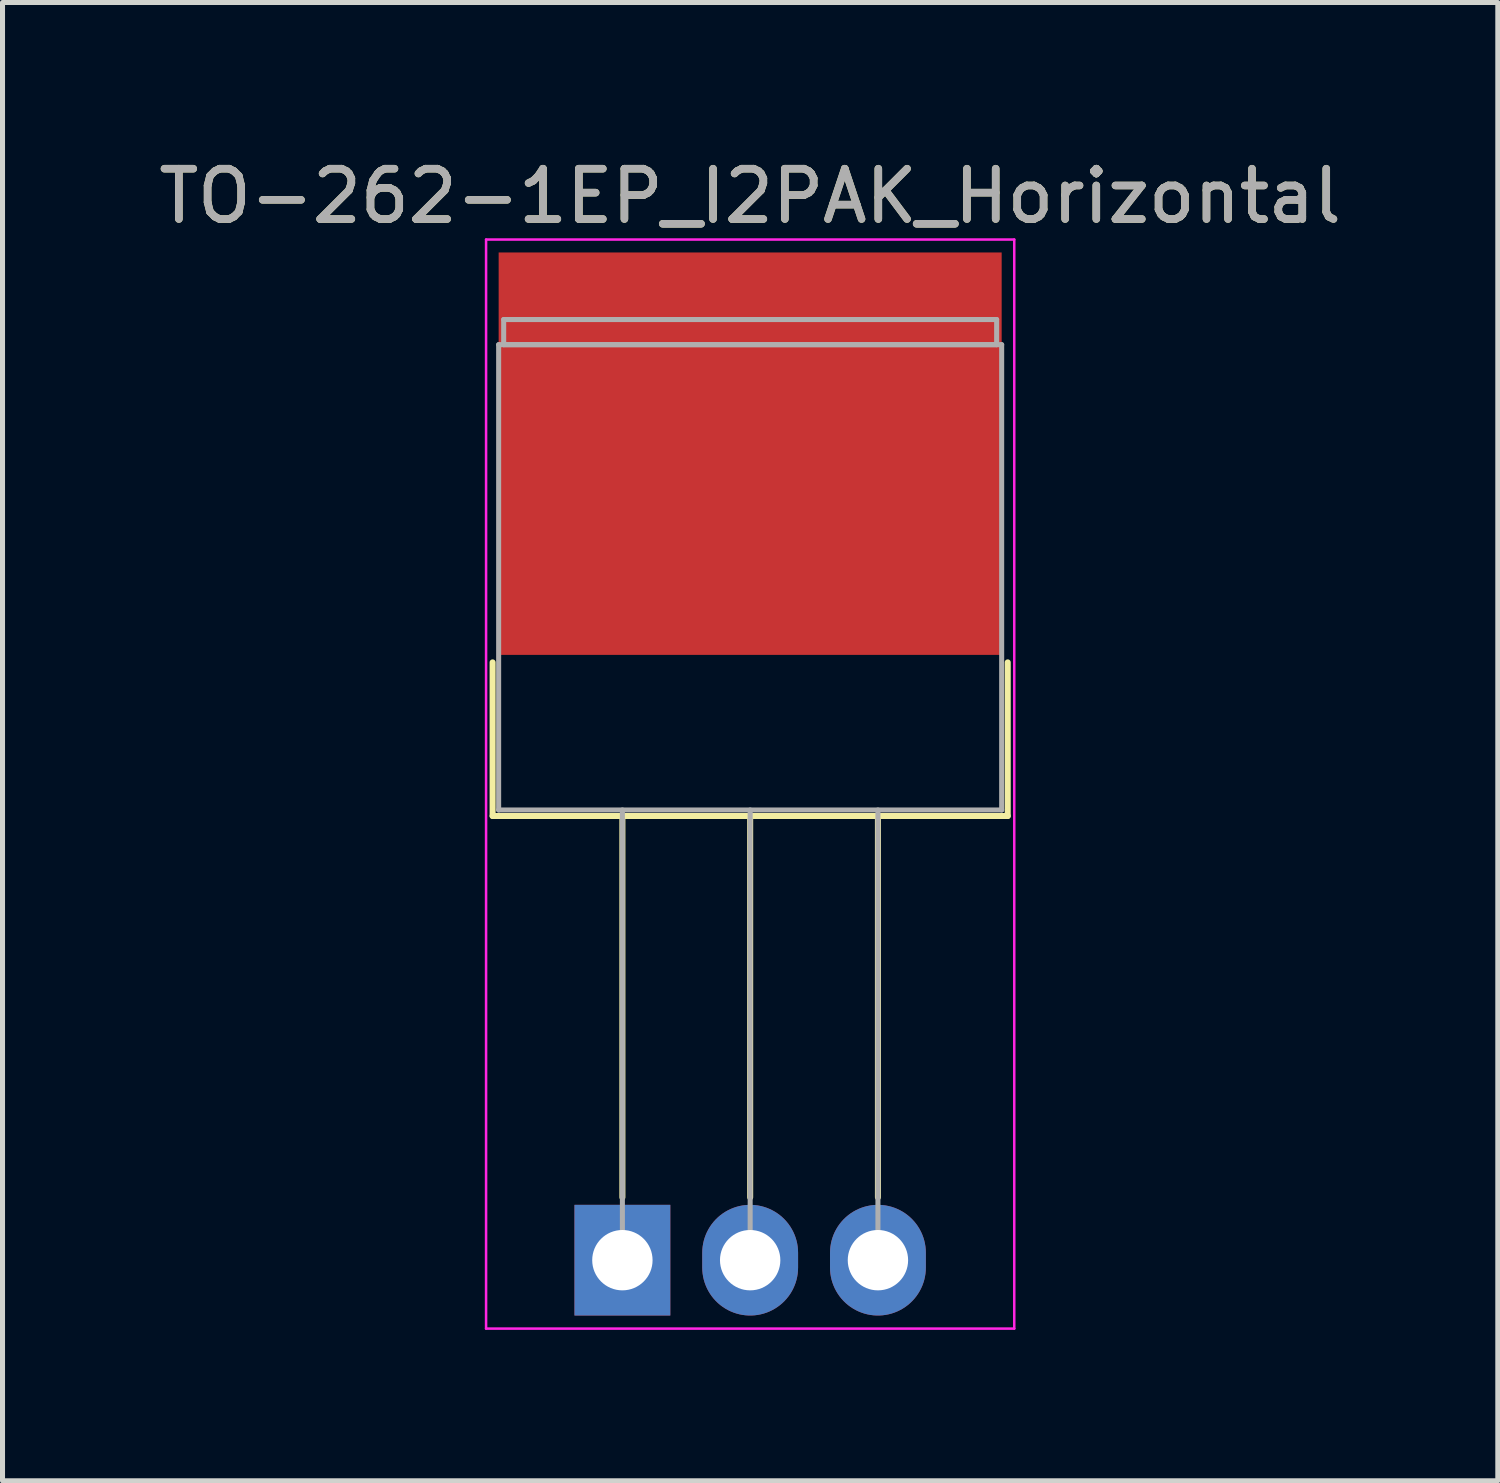
<source format=kicad_pcb>
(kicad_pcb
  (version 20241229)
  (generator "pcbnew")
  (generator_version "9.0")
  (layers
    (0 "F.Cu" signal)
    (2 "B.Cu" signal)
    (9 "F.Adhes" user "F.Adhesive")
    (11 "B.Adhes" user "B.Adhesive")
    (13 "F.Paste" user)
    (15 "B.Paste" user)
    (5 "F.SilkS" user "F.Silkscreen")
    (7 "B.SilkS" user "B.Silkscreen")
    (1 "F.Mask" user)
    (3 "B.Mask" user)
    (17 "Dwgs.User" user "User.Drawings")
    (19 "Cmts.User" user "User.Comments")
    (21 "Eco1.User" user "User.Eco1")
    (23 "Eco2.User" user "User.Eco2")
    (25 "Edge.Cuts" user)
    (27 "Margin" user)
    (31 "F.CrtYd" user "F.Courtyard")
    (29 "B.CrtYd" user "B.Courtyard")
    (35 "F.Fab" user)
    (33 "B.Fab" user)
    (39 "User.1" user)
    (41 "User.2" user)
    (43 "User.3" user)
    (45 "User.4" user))
  (footprint "TO-262-1EP_I2PAK_Horizontal"
    (layer "F.Cu")
    (at 9.323 22.002)
    (property "Reference" "TO-262-1EP_I2PAK_Horizontal" (at 2.54 -21.153 0) (layer "F.SilkS") (effects (font (size 1 1) (thickness 0.15))))
    (attr through_hole)
    (fp_line (start -2.58 -11.884) (end -2.58 -8.83) (stroke (width 0.12) (type solid)) (layer "F.SilkS"))
    (fp_line (start -2.58 -8.83) (end 7.66 -8.83) (stroke (width 0.12) (type solid)) (layer "F.SilkS"))
    (fp_line (start 0 -8.83) (end 0 -1.25) (stroke (width 0.12) (type solid)) (layer "F.SilkS"))
    (fp_line (start 2.54 -8.83) (end 2.54 -1.25) (stroke (width 0.12) (type solid)) (layer "F.SilkS"))
    (fp_line (start 5.08 -8.83) (end 5.08 -1.25) (stroke (width 0.12) (type solid)) (layer "F.SilkS"))
    (fp_line (start 7.66 -11.884) (end 7.66 -8.83) (stroke (width 0.12) (type solid)) (layer "F.SilkS"))
    (fp_line (start -2.71 -20.29) (end -2.71 1.36) (stroke (width 0.05) (type solid)) (layer "F.CrtYd"))
    (fp_line (start -2.71 1.36) (end 7.79 1.36) (stroke (width 0.05) (type solid)) (layer "F.CrtYd"))
    (fp_line (start 7.79 -20.29) (end -2.71 -20.29) (stroke (width 0.05) (type solid)) (layer "F.CrtYd"))
    (fp_line (start 7.79 1.36) (end 7.79 -20.29) (stroke (width 0.05) (type solid)) (layer "F.CrtYd"))
    (fp_line (start -2.46 -18.2) (end 7.54 -18.2) (stroke (width 0.1) (type solid)) (layer "F.Fab"))
    (fp_line (start -2.46 -8.95) (end -2.46 -18.2) (stroke (width 0.1) (type solid)) (layer "F.Fab"))
    (fp_line (start -2.36 -18.7) (end 7.44 -18.7) (stroke (width 0.1) (type solid)) (layer "F.Fab"))
    (fp_line (start -2.36 -18.2) (end -2.36 -18.7) (stroke (width 0.1) (type solid)) (layer "F.Fab"))
    (fp_line (start 0 -8.95) (end 0 0) (stroke (width 0.1) (type solid)) (layer "F.Fab"))
    (fp_line (start 2.54 -8.95) (end 2.54 0) (stroke (width 0.1) (type solid)) (layer "F.Fab"))
    (fp_line (start 5.08 -8.95) (end 5.08 0) (stroke (width 0.1) (type solid)) (layer "F.Fab"))
    (fp_line (start 7.44 -18.7) (end 7.44 -18.2) (stroke (width 0.1) (type solid)) (layer "F.Fab"))
    (fp_line (start 7.44 -18.2) (end -2.36 -18.2) (stroke (width 0.1) (type solid)) (layer "F.Fab"))
    (fp_line (start 7.54 -18.2) (end 7.54 -8.95) (stroke (width 0.1) (type solid)) (layer "F.Fab"))
    (fp_line (start 7.54 -8.95) (end -2.46 -8.95) (stroke (width 0.1) (type solid)) (layer "F.Fab"))
    (fp_text user "${REFERENCE}" (at 2.54 -21.153 0) (layer "F.Fab") (effects (font (size 1 1) (thickness 0.15))))
    (pad "1" thru_hole rect (at 0 0) (size 1.905 2.2) (drill 1.2) (layers "*.Cu" "*.Mask"))
    (pad "2" thru_hole oval (at 2.54 0) (size 1.905 2.2) (drill 1.2) (layers "*.Cu" "*.Mask"))
    (pad "3" thru_hole oval (at 5.08 0) (size 1.905 2.2) (drill 1.2) (layers "*.Cu" "*.Mask"))
    (pad "4" smd rect (at 2.54 -16.033) (size 10 8) (layers "F.Cu" "F.Mask" "F.Paste")))
  (gr_rect
    (start -3 -3)
    (end 26.726 26.387)
    (stroke (width 0.1) (type default))
    (fill no)
    (layer "Edge.Cuts")))
</source>
